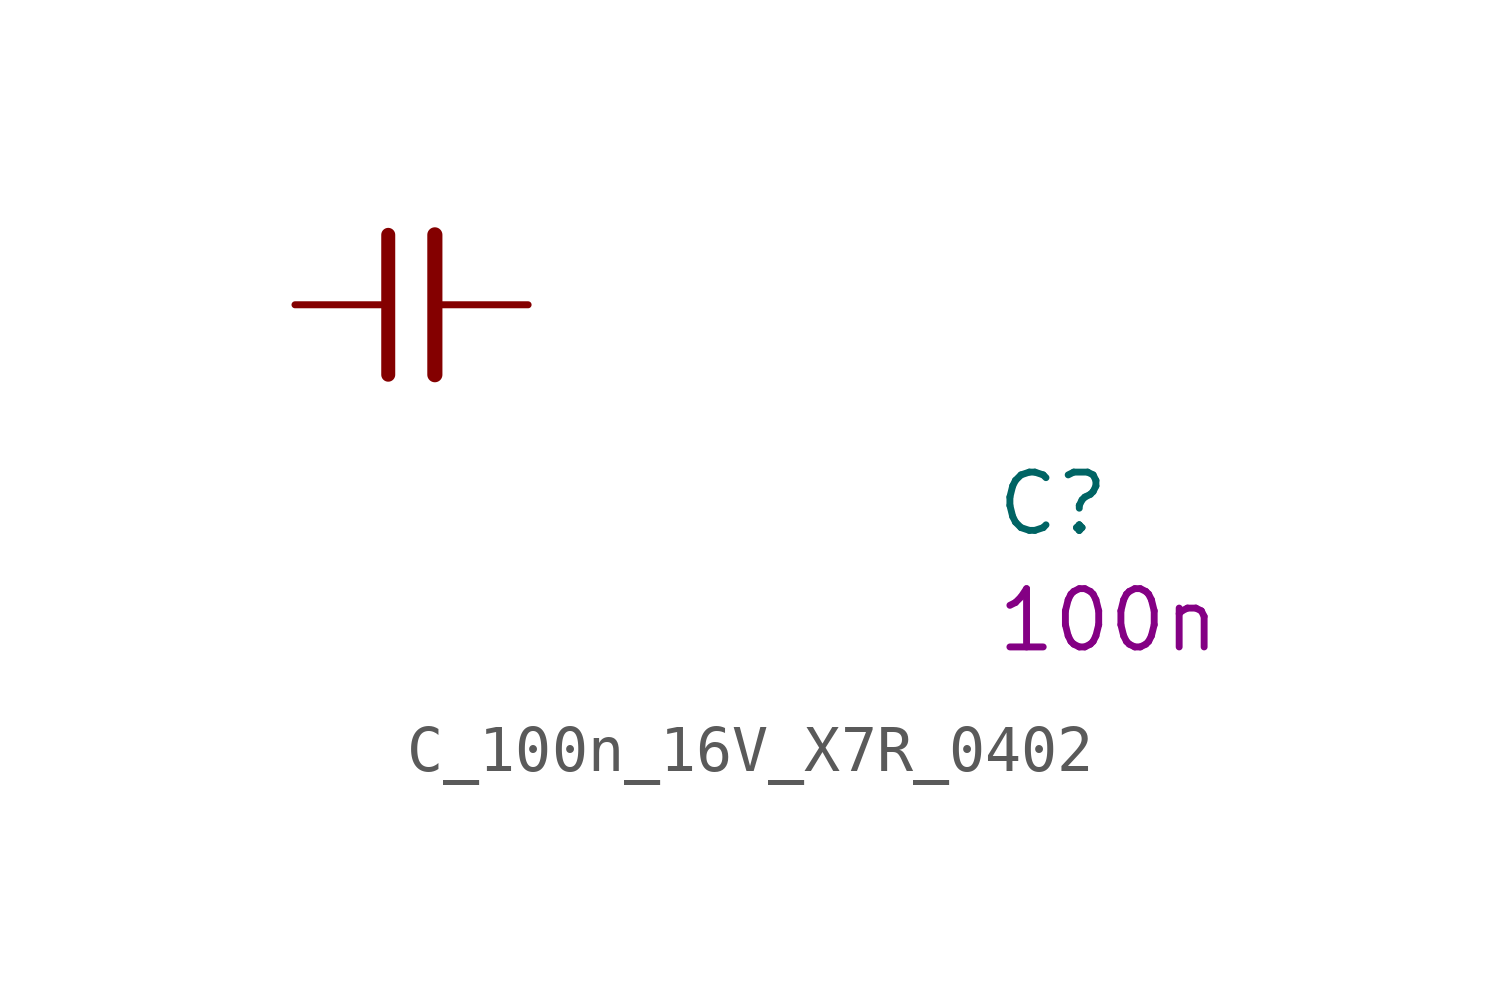
<source format=kicad_sym>
(kicad_symbol_lib
  (version 20220914)
  (generator kicad_symbol_editor)
  (symbol "C_100n_16V_X7R_0402"
    (pin_numbers hide)
    (pin_names hide)
    (property "Reference" "C"
      (at 15.24 -5.08 0)
      (effects (font (size 1.27 1.27) (thickness 0.15)) (justify left bottom)))
    (property "Val" "100n"
      (at 15.24 -7.62 0)
      (effects (font (size 1.27 1.27) (thickness 0.15)) (justify left bottom)))
    (symbol "C_100n_16V_X7R_0402_0_1"
      (polyline (pts (xy 2.032 -1.524) (xy 2.032 1.524)) (stroke (width 0.305) (type default)) (fill (type none)))
      (polyline (pts (xy 3.048 -1.524) (xy 3.048 1.524)) (stroke (width 0.33) (type default)) (fill (type none))))
    (symbol "C_100n_16V_X7R_0402_1_1"
      (pin passive line (at 0 0 0) (length 2.032) (name "~" (effects (font (size 1.27 1.27)))) (number "1" (effects (font (size 1.27 1.27)))))
      (pin passive line (at 5.08 0 180) (length 2.032) (name "~" (effects (font (size 1.27 1.27)))) (number "2" (effects (font (size 1.27 1.27))))))))
</source>
